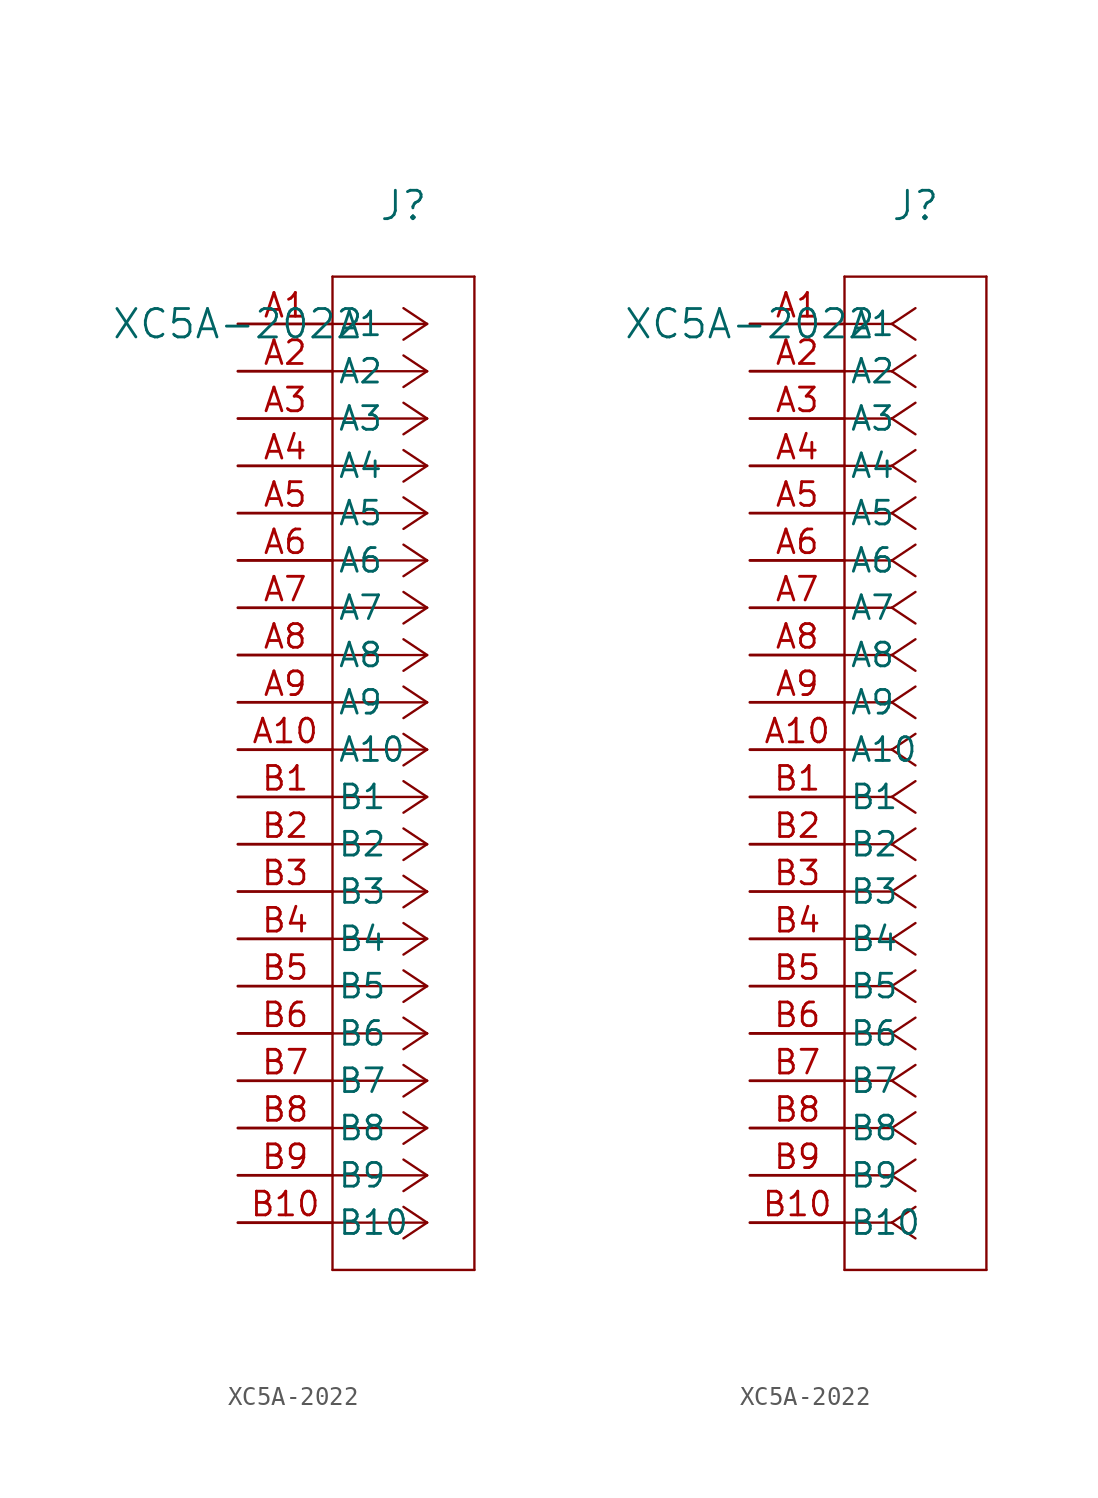
<source format=kicad_sym>
(kicad_symbol_lib
  (version 20211014)
  (generator kicad_symbol_editor)
  (symbol "XC5A-2022"
    (pin_names
      (offset 0.254))
    (property "Reference" "J"
      (at 8.89 6.35 0)
      (effects (font (size 1.524 1.524))))
    (property "Value" "XC5A-2022"
      (at 0 0 0)
      (effects (font (size 1.524 1.524))))
    (symbol "XC5A-2022_1_1"
      (polyline (pts (xy 10.16 0) (xy 5.08 0)) (stroke (width 0.127) (type default) (color 0 0 0 0)) (fill (type none)))
      (polyline (pts (xy 10.16 -2.54) (xy 5.08 -2.54)) (stroke (width 0.127) (type default) (color 0 0 0 0)) (fill (type none)))
      (polyline (pts (xy 10.16 -5.08) (xy 5.08 -5.08)) (stroke (width 0.127) (type default) (color 0 0 0 0)) (fill (type none)))
      (polyline (pts (xy 10.16 -7.62) (xy 5.08 -7.62)) (stroke (width 0.127) (type default) (color 0 0 0 0)) (fill (type none)))
      (polyline (pts (xy 10.16 -10.16) (xy 5.08 -10.16)) (stroke (width 0.127) (type default) (color 0 0 0 0)) (fill (type none)))
      (polyline (pts (xy 10.16 -12.7) (xy 5.08 -12.7)) (stroke (width 0.127) (type default) (color 0 0 0 0)) (fill (type none)))
      (polyline (pts (xy 10.16 -15.24) (xy 5.08 -15.24)) (stroke (width 0.127) (type default) (color 0 0 0 0)) (fill (type none)))
      (polyline (pts (xy 10.16 -17.78) (xy 5.08 -17.78)) (stroke (width 0.127) (type default) (color 0 0 0 0)) (fill (type none)))
      (polyline (pts (xy 10.16 -20.32) (xy 5.08 -20.32)) (stroke (width 0.127) (type default) (color 0 0 0 0)) (fill (type none)))
      (polyline (pts (xy 10.16 -22.86) (xy 5.08 -22.86)) (stroke (width 0.127) (type default) (color 0 0 0 0)) (fill (type none)))
      (polyline (pts (xy 10.16 -25.4) (xy 5.08 -25.4)) (stroke (width 0.127) (type default) (color 0 0 0 0)) (fill (type none)))
      (polyline (pts (xy 10.16 -27.94) (xy 5.08 -27.94)) (stroke (width 0.127) (type default) (color 0 0 0 0)) (fill (type none)))
      (polyline (pts (xy 10.16 -30.48) (xy 5.08 -30.48)) (stroke (width 0.127) (type default) (color 0 0 0 0)) (fill (type none)))
      (polyline (pts (xy 10.16 -33.02) (xy 5.08 -33.02)) (stroke (width 0.127) (type default) (color 0 0 0 0)) (fill (type none)))
      (polyline (pts (xy 10.16 -35.56) (xy 5.08 -35.56)) (stroke (width 0.127) (type default) (color 0 0 0 0)) (fill (type none)))
      (polyline (pts (xy 10.16 -38.1) (xy 5.08 -38.1)) (stroke (width 0.127) (type default) (color 0 0 0 0)) (fill (type none)))
      (polyline (pts (xy 10.16 -40.64) (xy 5.08 -40.64)) (stroke (width 0.127) (type default) (color 0 0 0 0)) (fill (type none)))
      (polyline (pts (xy 10.16 -43.18) (xy 5.08 -43.18)) (stroke (width 0.127) (type default) (color 0 0 0 0)) (fill (type none)))
      (polyline (pts (xy 10.16 -45.72) (xy 5.08 -45.72)) (stroke (width 0.127) (type default) (color 0 0 0 0)) (fill (type none)))
      (polyline (pts (xy 10.16 -48.26) (xy 5.08 -48.26)) (stroke (width 0.127) (type default) (color 0 0 0 0)) (fill (type none)))
      (polyline (pts (xy 10.16 0) (xy 8.89 0.847)) (stroke (width 0.127) (type default) (color 0 0 0 0)) (fill (type none)))
      (polyline (pts (xy 10.16 -2.54) (xy 8.89 -1.693)) (stroke (width 0.127) (type default) (color 0 0 0 0)) (fill (type none)))
      (polyline (pts (xy 10.16 -5.08) (xy 8.89 -4.233)) (stroke (width 0.127) (type default) (color 0 0 0 0)) (fill (type none)))
      (polyline (pts (xy 10.16 -7.62) (xy 8.89 -6.773)) (stroke (width 0.127) (type default) (color 0 0 0 0)) (fill (type none)))
      (polyline (pts (xy 10.16 -10.16) (xy 8.89 -9.313)) (stroke (width 0.127) (type default) (color 0 0 0 0)) (fill (type none)))
      (polyline (pts (xy 10.16 -12.7) (xy 8.89 -11.853)) (stroke (width 0.127) (type default) (color 0 0 0 0)) (fill (type none)))
      (polyline (pts (xy 10.16 -15.24) (xy 8.89 -14.393)) (stroke (width 0.127) (type default) (color 0 0 0 0)) (fill (type none)))
      (polyline (pts (xy 10.16 -17.78) (xy 8.89 -16.933)) (stroke (width 0.127) (type default) (color 0 0 0 0)) (fill (type none)))
      (polyline (pts (xy 10.16 -20.32) (xy 8.89 -19.473)) (stroke (width 0.127) (type default) (color 0 0 0 0)) (fill (type none)))
      (polyline (pts (xy 10.16 -22.86) (xy 8.89 -22.013)) (stroke (width 0.127) (type default) (color 0 0 0 0)) (fill (type none)))
      (polyline (pts (xy 10.16 -25.4) (xy 8.89 -24.553)) (stroke (width 0.127) (type default) (color 0 0 0 0)) (fill (type none)))
      (polyline (pts (xy 10.16 -27.94) (xy 8.89 -27.093)) (stroke (width 0.127) (type default) (color 0 0 0 0)) (fill (type none)))
      (polyline (pts (xy 10.16 -30.48) (xy 8.89 -29.633)) (stroke (width 0.127) (type default) (color 0 0 0 0)) (fill (type none)))
      (polyline (pts (xy 10.16 -33.02) (xy 8.89 -32.173)) (stroke (width 0.127) (type default) (color 0 0 0 0)) (fill (type none)))
      (polyline (pts (xy 10.16 -35.56) (xy 8.89 -34.713)) (stroke (width 0.127) (type default) (color 0 0 0 0)) (fill (type none)))
      (polyline (pts (xy 10.16 -38.1) (xy 8.89 -37.253)) (stroke (width 0.127) (type default) (color 0 0 0 0)) (fill (type none)))
      (polyline (pts (xy 10.16 -40.64) (xy 8.89 -39.793)) (stroke (width 0.127) (type default) (color 0 0 0 0)) (fill (type none)))
      (polyline (pts (xy 10.16 -43.18) (xy 8.89 -42.333)) (stroke (width 0.127) (type default) (color 0 0 0 0)) (fill (type none)))
      (polyline (pts (xy 10.16 -45.72) (xy 8.89 -44.873)) (stroke (width 0.127) (type default) (color 0 0 0 0)) (fill (type none)))
      (polyline (pts (xy 10.16 -48.26) (xy 8.89 -47.413)) (stroke (width 0.127) (type default) (color 0 0 0 0)) (fill (type none)))
      (polyline (pts (xy 10.16 0) (xy 8.89 -0.847)) (stroke (width 0.127) (type default) (color 0 0 0 0)) (fill (type none)))
      (polyline (pts (xy 10.16 -2.54) (xy 8.89 -3.387)) (stroke (width 0.127) (type default) (color 0 0 0 0)) (fill (type none)))
      (polyline (pts (xy 10.16 -5.08) (xy 8.89 -5.927)) (stroke (width 0.127) (type default) (color 0 0 0 0)) (fill (type none)))
      (polyline (pts (xy 10.16 -7.62) (xy 8.89 -8.467)) (stroke (width 0.127) (type default) (color 0 0 0 0)) (fill (type none)))
      (polyline (pts (xy 10.16 -10.16) (xy 8.89 -11.007)) (stroke (width 0.127) (type default) (color 0 0 0 0)) (fill (type none)))
      (polyline (pts (xy 10.16 -12.7) (xy 8.89 -13.547)) (stroke (width 0.127) (type default) (color 0 0 0 0)) (fill (type none)))
      (polyline (pts (xy 10.16 -15.24) (xy 8.89 -16.087)) (stroke (width 0.127) (type default) (color 0 0 0 0)) (fill (type none)))
      (polyline (pts (xy 10.16 -17.78) (xy 8.89 -18.627)) (stroke (width 0.127) (type default) (color 0 0 0 0)) (fill (type none)))
      (polyline (pts (xy 10.16 -20.32) (xy 8.89 -21.167)) (stroke (width 0.127) (type default) (color 0 0 0 0)) (fill (type none)))
      (polyline (pts (xy 10.16 -22.86) (xy 8.89 -23.707)) (stroke (width 0.127) (type default) (color 0 0 0 0)) (fill (type none)))
      (polyline (pts (xy 10.16 -25.4) (xy 8.89 -26.247)) (stroke (width 0.127) (type default) (color 0 0 0 0)) (fill (type none)))
      (polyline (pts (xy 10.16 -27.94) (xy 8.89 -28.787)) (stroke (width 0.127) (type default) (color 0 0 0 0)) (fill (type none)))
      (polyline (pts (xy 10.16 -30.48) (xy 8.89 -31.327)) (stroke (width 0.127) (type default) (color 0 0 0 0)) (fill (type none)))
      (polyline (pts (xy 10.16 -33.02) (xy 8.89 -33.867)) (stroke (width 0.127) (type default) (color 0 0 0 0)) (fill (type none)))
      (polyline (pts (xy 10.16 -35.56) (xy 8.89 -36.407)) (stroke (width 0.127) (type default) (color 0 0 0 0)) (fill (type none)))
      (polyline (pts (xy 10.16 -38.1) (xy 8.89 -38.947)) (stroke (width 0.127) (type default) (color 0 0 0 0)) (fill (type none)))
      (polyline (pts (xy 10.16 -40.64) (xy 8.89 -41.487)) (stroke (width 0.127) (type default) (color 0 0 0 0)) (fill (type none)))
      (polyline (pts (xy 10.16 -43.18) (xy 8.89 -44.027)) (stroke (width 0.127) (type default) (color 0 0 0 0)) (fill (type none)))
      (polyline (pts (xy 10.16 -45.72) (xy 8.89 -46.567)) (stroke (width 0.127) (type default) (color 0 0 0 0)) (fill (type none)))
      (polyline (pts (xy 10.16 -48.26) (xy 8.89 -49.107)) (stroke (width 0.127) (type default) (color 0 0 0 0)) (fill (type none)))
      (polyline (pts (xy 5.08 2.54) (xy 5.08 -50.8)) (stroke (width 0.127) (type default) (color 0 0 0 0)) (fill (type none)))
      (polyline (pts (xy 5.08 -50.8) (xy 12.7 -50.8)) (stroke (width 0.127) (type default) (color 0 0 0 0)) (fill (type none)))
      (polyline (pts (xy 12.7 -50.8) (xy 12.7 2.54)) (stroke (width 0.127) (type default) (color 0 0 0 0)) (fill (type none)))
      (polyline (pts (xy 12.7 2.54) (xy 5.08 2.54)) (stroke (width 0.127) (type default) (color 0 0 0 0)) (fill (type none)))
      (pin unspecified line (at 0 0 0) (length 5.08) (name "A1" (effects (font (size 1.27 1.27)))) (number "A1" (effects (font (size 1.27 1.27)))))
      (pin unspecified line (at 0 -2.54 0) (length 5.08) (name "A2" (effects (font (size 1.27 1.27)))) (number "A2" (effects (font (size 1.27 1.27)))))
      (pin unspecified line (at 0 -5.08 0) (length 5.08) (name "A3" (effects (font (size 1.27 1.27)))) (number "A3" (effects (font (size 1.27 1.27)))))
      (pin unspecified line (at 0 -7.62 0) (length 5.08) (name "A4" (effects (font (size 1.27 1.27)))) (number "A4" (effects (font (size 1.27 1.27)))))
      (pin unspecified line (at 0 -10.16 0) (length 5.08) (name "A5" (effects (font (size 1.27 1.27)))) (number "A5" (effects (font (size 1.27 1.27)))))
      (pin unspecified line (at 0 -12.7 0) (length 5.08) (name "A6" (effects (font (size 1.27 1.27)))) (number "A6" (effects (font (size 1.27 1.27)))))
      (pin unspecified line (at 0 -15.24 0) (length 5.08) (name "A7" (effects (font (size 1.27 1.27)))) (number "A7" (effects (font (size 1.27 1.27)))))
      (pin unspecified line (at 0 -17.78 0) (length 5.08) (name "A8" (effects (font (size 1.27 1.27)))) (number "A8" (effects (font (size 1.27 1.27)))))
      (pin unspecified line (at 0 -20.32 0) (length 5.08) (name "A9" (effects (font (size 1.27 1.27)))) (number "A9" (effects (font (size 1.27 1.27)))))
      (pin unspecified line (at 0 -22.86 0) (length 5.08) (name "A10" (effects (font (size 1.27 1.27)))) (number "A10" (effects (font (size 1.27 1.27)))))
      (pin unspecified line (at 0 -25.4 0) (length 5.08) (name "B1" (effects (font (size 1.27 1.27)))) (number "B1" (effects (font (size 1.27 1.27)))))
      (pin unspecified line (at 0 -27.94 0) (length 5.08) (name "B2" (effects (font (size 1.27 1.27)))) (number "B2" (effects (font (size 1.27 1.27)))))
      (pin unspecified line (at 0 -30.48 0) (length 5.08) (name "B3" (effects (font (size 1.27 1.27)))) (number "B3" (effects (font (size 1.27 1.27)))))
      (pin unspecified line (at 0 -33.02 0) (length 5.08) (name "B4" (effects (font (size 1.27 1.27)))) (number "B4" (effects (font (size 1.27 1.27)))))
      (pin unspecified line (at 0 -35.56 0) (length 5.08) (name "B5" (effects (font (size 1.27 1.27)))) (number "B5" (effects (font (size 1.27 1.27)))))
      (pin unspecified line (at 0 -38.1 0) (length 5.08) (name "B6" (effects (font (size 1.27 1.27)))) (number "B6" (effects (font (size 1.27 1.27)))))
      (pin unspecified line (at 0 -40.64 0) (length 5.08) (name "B7" (effects (font (size 1.27 1.27)))) (number "B7" (effects (font (size 1.27 1.27)))))
      (pin unspecified line (at 0 -43.18 0) (length 5.08) (name "B8" (effects (font (size 1.27 1.27)))) (number "B8" (effects (font (size 1.27 1.27)))))
      (pin unspecified line (at 0 -45.72 0) (length 5.08) (name "B9" (effects (font (size 1.27 1.27)))) (number "B9" (effects (font (size 1.27 1.27)))))
      (pin unspecified line (at 0 -48.26 0) (length 5.08) (name "B10" (effects (font (size 1.27 1.27)))) (number "B10" (effects (font (size 1.27 1.27))))))
    (symbol "XC5A-2022_1_2"
      (polyline (pts (xy 7.62 0) (xy 5.08 0)) (stroke (width 0.127) (type default) (color 0 0 0 0)) (fill (type none)))
      (polyline (pts (xy 7.62 -2.54) (xy 5.08 -2.54)) (stroke (width 0.127) (type default) (color 0 0 0 0)) (fill (type none)))
      (polyline (pts (xy 7.62 -5.08) (xy 5.08 -5.08)) (stroke (width 0.127) (type default) (color 0 0 0 0)) (fill (type none)))
      (polyline (pts (xy 7.62 -7.62) (xy 5.08 -7.62)) (stroke (width 0.127) (type default) (color 0 0 0 0)) (fill (type none)))
      (polyline (pts (xy 7.62 -10.16) (xy 5.08 -10.16)) (stroke (width 0.127) (type default) (color 0 0 0 0)) (fill (type none)))
      (polyline (pts (xy 7.62 -12.7) (xy 5.08 -12.7)) (stroke (width 0.127) (type default) (color 0 0 0 0)) (fill (type none)))
      (polyline (pts (xy 7.62 -15.24) (xy 5.08 -15.24)) (stroke (width 0.127) (type default) (color 0 0 0 0)) (fill (type none)))
      (polyline (pts (xy 7.62 -17.78) (xy 5.08 -17.78)) (stroke (width 0.127) (type default) (color 0 0 0 0)) (fill (type none)))
      (polyline (pts (xy 7.62 -20.32) (xy 5.08 -20.32)) (stroke (width 0.127) (type default) (color 0 0 0 0)) (fill (type none)))
      (polyline (pts (xy 7.62 -22.86) (xy 5.08 -22.86)) (stroke (width 0.127) (type default) (color 0 0 0 0)) (fill (type none)))
      (polyline (pts (xy 7.62 -25.4) (xy 5.08 -25.4)) (stroke (width 0.127) (type default) (color 0 0 0 0)) (fill (type none)))
      (polyline (pts (xy 7.62 -27.94) (xy 5.08 -27.94)) (stroke (width 0.127) (type default) (color 0 0 0 0)) (fill (type none)))
      (polyline (pts (xy 7.62 -30.48) (xy 5.08 -30.48)) (stroke (width 0.127) (type default) (color 0 0 0 0)) (fill (type none)))
      (polyline (pts (xy 7.62 -33.02) (xy 5.08 -33.02)) (stroke (width 0.127) (type default) (color 0 0 0 0)) (fill (type none)))
      (polyline (pts (xy 7.62 -35.56) (xy 5.08 -35.56)) (stroke (width 0.127) (type default) (color 0 0 0 0)) (fill (type none)))
      (polyline (pts (xy 7.62 -38.1) (xy 5.08 -38.1)) (stroke (width 0.127) (type default) (color 0 0 0 0)) (fill (type none)))
      (polyline (pts (xy 7.62 -40.64) (xy 5.08 -40.64)) (stroke (width 0.127) (type default) (color 0 0 0 0)) (fill (type none)))
      (polyline (pts (xy 7.62 -43.18) (xy 5.08 -43.18)) (stroke (width 0.127) (type default) (color 0 0 0 0)) (fill (type none)))
      (polyline (pts (xy 7.62 -45.72) (xy 5.08 -45.72)) (stroke (width 0.127) (type default) (color 0 0 0 0)) (fill (type none)))
      (polyline (pts (xy 7.62 -48.26) (xy 5.08 -48.26)) (stroke (width 0.127) (type default) (color 0 0 0 0)) (fill (type none)))
      (polyline (pts (xy 7.62 0) (xy 8.89 0.847)) (stroke (width 0.127) (type default) (color 0 0 0 0)) (fill (type none)))
      (polyline (pts (xy 7.62 -2.54) (xy 8.89 -1.693)) (stroke (width 0.127) (type default) (color 0 0 0 0)) (fill (type none)))
      (polyline (pts (xy 7.62 -5.08) (xy 8.89 -4.233)) (stroke (width 0.127) (type default) (color 0 0 0 0)) (fill (type none)))
      (polyline (pts (xy 7.62 -7.62) (xy 8.89 -6.773)) (stroke (width 0.127) (type default) (color 0 0 0 0)) (fill (type none)))
      (polyline (pts (xy 7.62 -10.16) (xy 8.89 -9.313)) (stroke (width 0.127) (type default) (color 0 0 0 0)) (fill (type none)))
      (polyline (pts (xy 7.62 -12.7) (xy 8.89 -11.853)) (stroke (width 0.127) (type default) (color 0 0 0 0)) (fill (type none)))
      (polyline (pts (xy 7.62 -15.24) (xy 8.89 -14.393)) (stroke (width 0.127) (type default) (color 0 0 0 0)) (fill (type none)))
      (polyline (pts (xy 7.62 -17.78) (xy 8.89 -16.933)) (stroke (width 0.127) (type default) (color 0 0 0 0)) (fill (type none)))
      (polyline (pts (xy 7.62 -20.32) (xy 8.89 -19.473)) (stroke (width 0.127) (type default) (color 0 0 0 0)) (fill (type none)))
      (polyline (pts (xy 7.62 -22.86) (xy 8.89 -22.013)) (stroke (width 0.127) (type default) (color 0 0 0 0)) (fill (type none)))
      (polyline (pts (xy 7.62 -25.4) (xy 8.89 -24.553)) (stroke (width 0.127) (type default) (color 0 0 0 0)) (fill (type none)))
      (polyline (pts (xy 7.62 -27.94) (xy 8.89 -27.093)) (stroke (width 0.127) (type default) (color 0 0 0 0)) (fill (type none)))
      (polyline (pts (xy 7.62 -30.48) (xy 8.89 -29.633)) (stroke (width 0.127) (type default) (color 0 0 0 0)) (fill (type none)))
      (polyline (pts (xy 7.62 -33.02) (xy 8.89 -32.173)) (stroke (width 0.127) (type default) (color 0 0 0 0)) (fill (type none)))
      (polyline (pts (xy 7.62 -35.56) (xy 8.89 -34.713)) (stroke (width 0.127) (type default) (color 0 0 0 0)) (fill (type none)))
      (polyline (pts (xy 7.62 -38.1) (xy 8.89 -37.253)) (stroke (width 0.127) (type default) (color 0 0 0 0)) (fill (type none)))
      (polyline (pts (xy 7.62 -40.64) (xy 8.89 -39.793)) (stroke (width 0.127) (type default) (color 0 0 0 0)) (fill (type none)))
      (polyline (pts (xy 7.62 -43.18) (xy 8.89 -42.333)) (stroke (width 0.127) (type default) (color 0 0 0 0)) (fill (type none)))
      (polyline (pts (xy 7.62 -45.72) (xy 8.89 -44.873)) (stroke (width 0.127) (type default) (color 0 0 0 0)) (fill (type none)))
      (polyline (pts (xy 7.62 -48.26) (xy 8.89 -47.413)) (stroke (width 0.127) (type default) (color 0 0 0 0)) (fill (type none)))
      (polyline (pts (xy 7.62 0) (xy 8.89 -0.847)) (stroke (width 0.127) (type default) (color 0 0 0 0)) (fill (type none)))
      (polyline (pts (xy 7.62 -2.54) (xy 8.89 -3.387)) (stroke (width 0.127) (type default) (color 0 0 0 0)) (fill (type none)))
      (polyline (pts (xy 7.62 -5.08) (xy 8.89 -5.927)) (stroke (width 0.127) (type default) (color 0 0 0 0)) (fill (type none)))
      (polyline (pts (xy 7.62 -7.62) (xy 8.89 -8.467)) (stroke (width 0.127) (type default) (color 0 0 0 0)) (fill (type none)))
      (polyline (pts (xy 7.62 -10.16) (xy 8.89 -11.007)) (stroke (width 0.127) (type default) (color 0 0 0 0)) (fill (type none)))
      (polyline (pts (xy 7.62 -12.7) (xy 8.89 -13.547)) (stroke (width 0.127) (type default) (color 0 0 0 0)) (fill (type none)))
      (polyline (pts (xy 7.62 -15.24) (xy 8.89 -16.087)) (stroke (width 0.127) (type default) (color 0 0 0 0)) (fill (type none)))
      (polyline (pts (xy 7.62 -17.78) (xy 8.89 -18.627)) (stroke (width 0.127) (type default) (color 0 0 0 0)) (fill (type none)))
      (polyline (pts (xy 7.62 -20.32) (xy 8.89 -21.167)) (stroke (width 0.127) (type default) (color 0 0 0 0)) (fill (type none)))
      (polyline (pts (xy 7.62 -22.86) (xy 8.89 -23.707)) (stroke (width 0.127) (type default) (color 0 0 0 0)) (fill (type none)))
      (polyline (pts (xy 7.62 -25.4) (xy 8.89 -26.247)) (stroke (width 0.127) (type default) (color 0 0 0 0)) (fill (type none)))
      (polyline (pts (xy 7.62 -27.94) (xy 8.89 -28.787)) (stroke (width 0.127) (type default) (color 0 0 0 0)) (fill (type none)))
      (polyline (pts (xy 7.62 -30.48) (xy 8.89 -31.327)) (stroke (width 0.127) (type default) (color 0 0 0 0)) (fill (type none)))
      (polyline (pts (xy 7.62 -33.02) (xy 8.89 -33.867)) (stroke (width 0.127) (type default) (color 0 0 0 0)) (fill (type none)))
      (polyline (pts (xy 7.62 -35.56) (xy 8.89 -36.407)) (stroke (width 0.127) (type default) (color 0 0 0 0)) (fill (type none)))
      (polyline (pts (xy 7.62 -38.1) (xy 8.89 -38.947)) (stroke (width 0.127) (type default) (color 0 0 0 0)) (fill (type none)))
      (polyline (pts (xy 7.62 -40.64) (xy 8.89 -41.487)) (stroke (width 0.127) (type default) (color 0 0 0 0)) (fill (type none)))
      (polyline (pts (xy 7.62 -43.18) (xy 8.89 -44.027)) (stroke (width 0.127) (type default) (color 0 0 0 0)) (fill (type none)))
      (polyline (pts (xy 7.62 -45.72) (xy 8.89 -46.567)) (stroke (width 0.127) (type default) (color 0 0 0 0)) (fill (type none)))
      (polyline (pts (xy 7.62 -48.26) (xy 8.89 -49.107)) (stroke (width 0.127) (type default) (color 0 0 0 0)) (fill (type none)))
      (polyline (pts (xy 5.08 2.54) (xy 5.08 -50.8)) (stroke (width 0.127) (type default) (color 0 0 0 0)) (fill (type none)))
      (polyline (pts (xy 5.08 -50.8) (xy 12.7 -50.8)) (stroke (width 0.127) (type default) (color 0 0 0 0)) (fill (type none)))
      (polyline (pts (xy 12.7 -50.8) (xy 12.7 2.54)) (stroke (width 0.127) (type default) (color 0 0 0 0)) (fill (type none)))
      (polyline (pts (xy 12.7 2.54) (xy 5.08 2.54)) (stroke (width 0.127) (type default) (color 0 0 0 0)) (fill (type none)))
      (pin unspecified line (at 0 0 0) (length 5.08) (name "A1" (effects (font (size 1.27 1.27)))) (number "A1" (effects (font (size 1.27 1.27)))))
      (pin unspecified line (at 0 -2.54 0) (length 5.08) (name "A2" (effects (font (size 1.27 1.27)))) (number "A2" (effects (font (size 1.27 1.27)))))
      (pin unspecified line (at 0 -5.08 0) (length 5.08) (name "A3" (effects (font (size 1.27 1.27)))) (number "A3" (effects (font (size 1.27 1.27)))))
      (pin unspecified line (at 0 -7.62 0) (length 5.08) (name "A4" (effects (font (size 1.27 1.27)))) (number "A4" (effects (font (size 1.27 1.27)))))
      (pin unspecified line (at 0 -10.16 0) (length 5.08) (name "A5" (effects (font (size 1.27 1.27)))) (number "A5" (effects (font (size 1.27 1.27)))))
      (pin unspecified line (at 0 -12.7 0) (length 5.08) (name "A6" (effects (font (size 1.27 1.27)))) (number "A6" (effects (font (size 1.27 1.27)))))
      (pin unspecified line (at 0 -15.24 0) (length 5.08) (name "A7" (effects (font (size 1.27 1.27)))) (number "A7" (effects (font (size 1.27 1.27)))))
      (pin unspecified line (at 0 -17.78 0) (length 5.08) (name "A8" (effects (font (size 1.27 1.27)))) (number "A8" (effects (font (size 1.27 1.27)))))
      (pin unspecified line (at 0 -20.32 0) (length 5.08) (name "A9" (effects (font (size 1.27 1.27)))) (number "A9" (effects (font (size 1.27 1.27)))))
      (pin unspecified line (at 0 -22.86 0) (length 5.08) (name "A10" (effects (font (size 1.27 1.27)))) (number "A10" (effects (font (size 1.27 1.27)))))
      (pin unspecified line (at 0 -25.4 0) (length 5.08) (name "B1" (effects (font (size 1.27 1.27)))) (number "B1" (effects (font (size 1.27 1.27)))))
      (pin unspecified line (at 0 -27.94 0) (length 5.08) (name "B2" (effects (font (size 1.27 1.27)))) (number "B2" (effects (font (size 1.27 1.27)))))
      (pin unspecified line (at 0 -30.48 0) (length 5.08) (name "B3" (effects (font (size 1.27 1.27)))) (number "B3" (effects (font (size 1.27 1.27)))))
      (pin unspecified line (at 0 -33.02 0) (length 5.08) (name "B4" (effects (font (size 1.27 1.27)))) (number "B4" (effects (font (size 1.27 1.27)))))
      (pin unspecified line (at 0 -35.56 0) (length 5.08) (name "B5" (effects (font (size 1.27 1.27)))) (number "B5" (effects (font (size 1.27 1.27)))))
      (pin unspecified line (at 0 -38.1 0) (length 5.08) (name "B6" (effects (font (size 1.27 1.27)))) (number "B6" (effects (font (size 1.27 1.27)))))
      (pin unspecified line (at 0 -40.64 0) (length 5.08) (name "B7" (effects (font (size 1.27 1.27)))) (number "B7" (effects (font (size 1.27 1.27)))))
      (pin unspecified line (at 0 -43.18 0) (length 5.08) (name "B8" (effects (font (size 1.27 1.27)))) (number "B8" (effects (font (size 1.27 1.27)))))
      (pin unspecified line (at 0 -45.72 0) (length 5.08) (name "B9" (effects (font (size 1.27 1.27)))) (number "B9" (effects (font (size 1.27 1.27)))))
      (pin unspecified line (at 0 -48.26 0) (length 5.08) (name "B10" (effects (font (size 1.27 1.27)))) (number "B10" (effects (font (size 1.27 1.27))))))))
</source>
